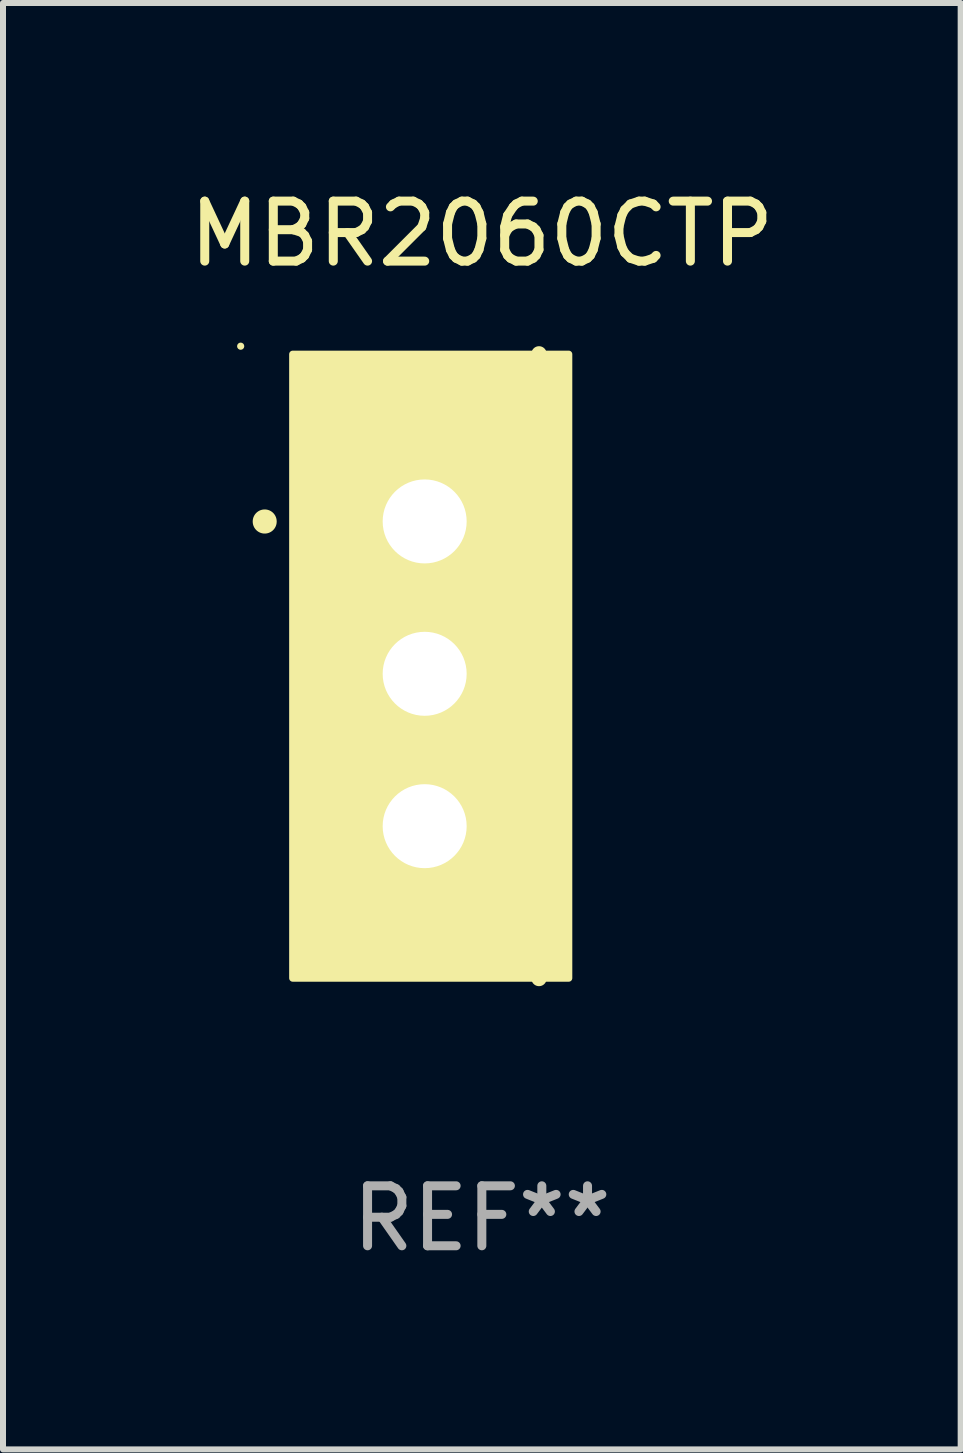
<source format=kicad_pcb>
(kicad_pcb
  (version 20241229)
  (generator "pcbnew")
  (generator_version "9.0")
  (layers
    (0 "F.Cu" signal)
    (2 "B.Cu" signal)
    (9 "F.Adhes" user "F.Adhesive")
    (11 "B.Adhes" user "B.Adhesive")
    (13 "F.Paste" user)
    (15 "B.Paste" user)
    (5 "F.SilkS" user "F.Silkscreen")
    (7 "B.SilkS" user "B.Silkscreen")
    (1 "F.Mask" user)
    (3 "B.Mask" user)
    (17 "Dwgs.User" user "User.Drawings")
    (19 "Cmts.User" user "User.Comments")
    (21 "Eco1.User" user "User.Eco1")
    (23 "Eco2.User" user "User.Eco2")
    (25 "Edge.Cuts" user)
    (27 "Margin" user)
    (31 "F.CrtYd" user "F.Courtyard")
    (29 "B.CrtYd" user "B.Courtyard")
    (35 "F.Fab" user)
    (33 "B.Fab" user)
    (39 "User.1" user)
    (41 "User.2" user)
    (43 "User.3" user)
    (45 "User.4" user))
  (footprint "MBR2060CTP"
    (layer "F.Cu")
    (at 4.982 8.055)
    (property "Reference" "MBR2060CTP" (at 0 -7.207 0) (layer "F.SilkS") (effects (font (size 1 1) (thickness 0.15))))
    (attr through_hole)
    (fp_line (start 0.953 5.207) (end 0.953 -5.207) (stroke (width 0.254) (type solid)) (layer "F.SilkS"))
    (fp_arc (start -3.619507 -2.410465) (mid -3.619511 -2.411735) (end -3.619507 -2.413005) (stroke (width 0.4) (type solid)) (layer "F.SilkS"))
    (fp_circle (center -4.02 -5.334) (end -3.99 -5.334) (stroke (width 0.06) (type solid)) (fill no) (layer "F.SilkS"))
    (fp_poly (pts (xy -3.152 -5.2) (xy 1.448 -5.2) (xy 1.448 5.2) (xy -3.152 5.2)) (stroke (width 0.12) (type solid)) (fill yes) (layer "F.SilkS"))
    (fp_text user "REF**" (at 0 9.207 0) (layer "F.Fab") (effects (font (size 1 1) (thickness 0.15))))
    (pad "1" thru_hole rect (at -0.953 -2.413 270) (size 2 2.5) (drill 1.4) (layers "*.Cu" "*.Mask"))
    (pad "2" thru_hole oval (at -0.953 0.127 270) (size 2 2.5) (drill 1.4) (layers "*.Cu" "*.Mask"))
    (pad "3" thru_hole oval (at -0.953 2.667 270) (size 2 2.5) (drill 1.4) (layers "*.Cu" "*.Mask")))
  (gr_rect
    (start -3 -3)
    (end 12.964 21.111)
    (stroke (width 0.1) (type default))
    (fill no)
    (layer "Edge.Cuts")))
</source>
